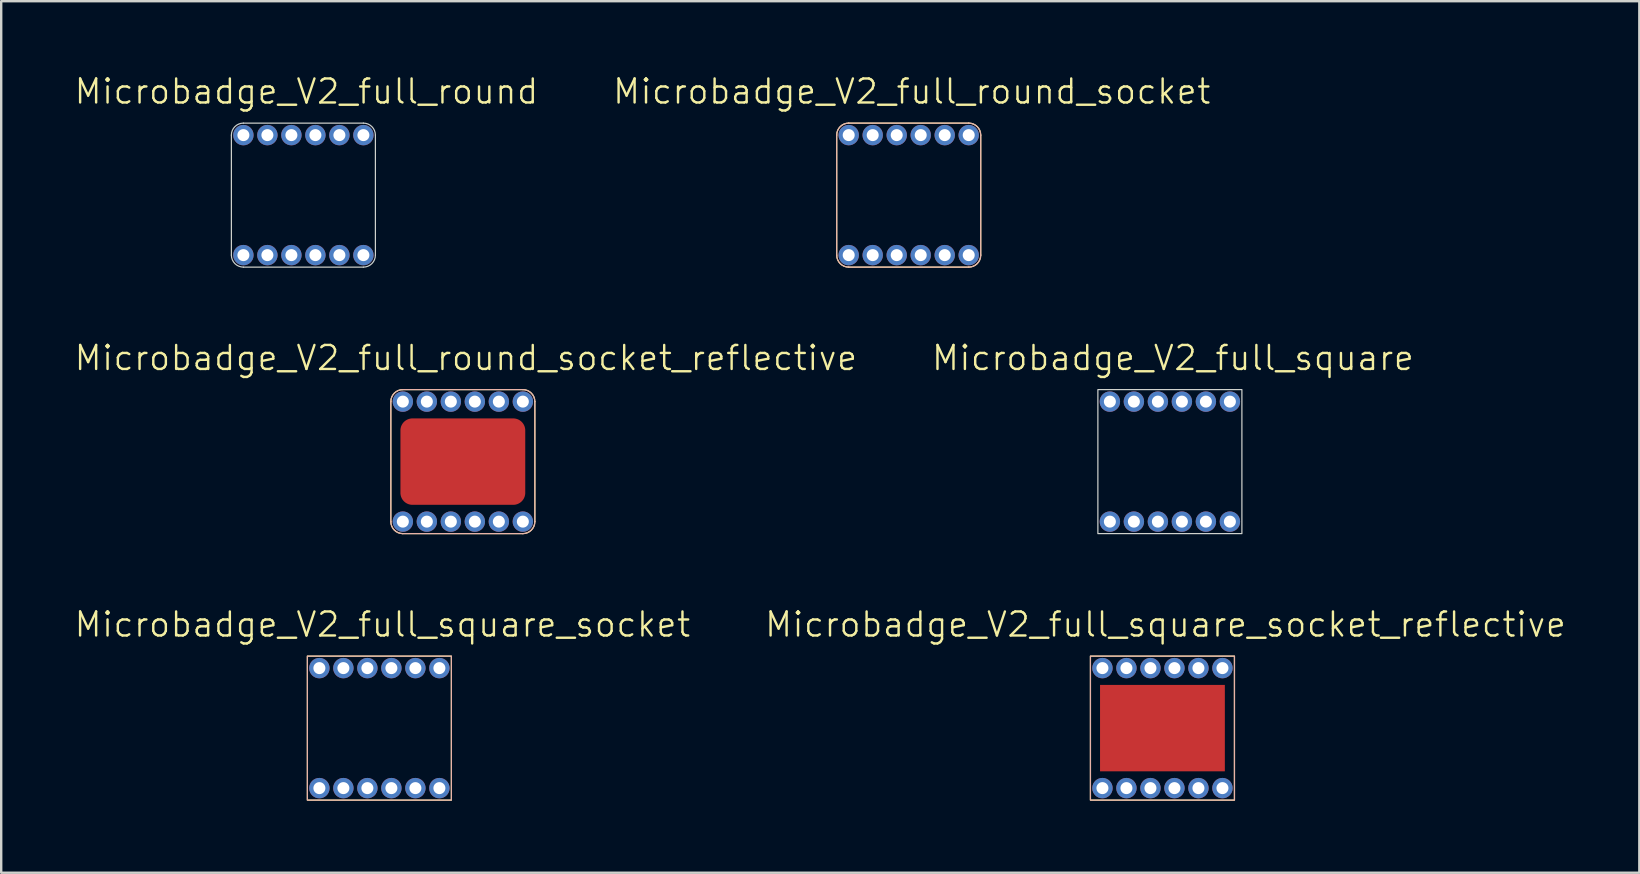
<source format=kicad_pcb>
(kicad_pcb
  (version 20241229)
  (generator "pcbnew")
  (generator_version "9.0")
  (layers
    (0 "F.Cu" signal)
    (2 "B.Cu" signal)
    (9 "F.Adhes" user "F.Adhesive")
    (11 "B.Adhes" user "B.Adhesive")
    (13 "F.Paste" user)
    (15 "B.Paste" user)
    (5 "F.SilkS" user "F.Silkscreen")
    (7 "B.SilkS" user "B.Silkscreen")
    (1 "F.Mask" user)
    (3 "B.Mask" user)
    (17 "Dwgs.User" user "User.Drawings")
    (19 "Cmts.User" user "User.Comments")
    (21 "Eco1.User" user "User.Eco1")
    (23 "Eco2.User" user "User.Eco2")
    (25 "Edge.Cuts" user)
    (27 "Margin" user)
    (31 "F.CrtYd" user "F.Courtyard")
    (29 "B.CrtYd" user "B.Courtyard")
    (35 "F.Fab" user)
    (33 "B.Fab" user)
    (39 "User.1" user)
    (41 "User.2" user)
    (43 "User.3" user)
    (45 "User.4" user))
  (footprint "Microbadge_V2_full_round"
    (layer "F.Cu")
    (at 9.59 5.079)
    (property "Reference" "Microbadge_V2_full_round" (at 0.127 -4.318 0) (unlocked yes) (layer "F.SilkS") (effects (font (size 1 1) (thickness 0.1))))
    (attr smd)
    (fp_line (start -3 2.5) (end -3 -2.5) (stroke (width 0.05) (type default)) (layer "Edge.Cuts"))
    (fp_line (start -2.5 -3) (end 2.5 -3) (stroke (width 0.05) (type default)) (layer "Edge.Cuts"))
    (fp_line (start 2.5 3) (end -2.5 3) (stroke (width 0.05) (type default)) (layer "Edge.Cuts"))
    (fp_line (start 3 -2.5) (end 3 2.5) (stroke (width 0.05) (type default)) (layer "Edge.Cuts"))
    (fp_arc (start -3 -2.5) (mid -2.853553 -2.853553) (end -2.5 -3) (stroke (width 0.05) (type default)) (layer "Edge.Cuts"))
    (fp_arc (start -2.5 3) (mid -2.853553 2.853553) (end -3 2.5) (stroke (width 0.05) (type default)) (layer "Edge.Cuts"))
    (fp_arc (start 2.5 -3) (mid 2.853553 -2.853553) (end 3 -2.5) (stroke (width 0.05) (type default)) (layer "Edge.Cuts"))
    (fp_arc (start 3 2.5) (mid 2.853553 2.853553) (end 2.5 3) (stroke (width 0.05) (type default)) (layer "Edge.Cuts"))
    (fp_line (start -3 2.5) (end -3 -2.5) (stroke (width 0.025) (type default)) (layer "Margin"))
    (fp_line (start -2.5 -3) (end 2.5 -3) (stroke (width 0.025) (type default)) (layer "Margin"))
    (fp_line (start 2.5 3) (end -2.5 3) (stroke (width 0.025) (type default)) (layer "Margin"))
    (fp_line (start 3 -2.5) (end 3 2.5) (stroke (width 0.025) (type default)) (layer "Margin"))
    (fp_arc (start -3 -2.5) (mid -2.853553 -2.853553) (end -2.5 -3) (stroke (width 0.025) (type default)) (layer "Margin"))
    (fp_arc (start -2.5 3) (mid -2.853553 2.853553) (end -3 2.5) (stroke (width 0.025) (type default)) (layer "Margin"))
    (fp_arc (start 2.5 -3) (mid 2.853553 -2.853553) (end 3 -2.5) (stroke (width 0.025) (type default)) (layer "Margin"))
    (fp_arc (start 3 2.5) (mid 2.853553 2.853553) (end 2.5 3) (stroke (width 0.025) (type default)) (layer "Margin"))
    (pad "1" thru_hole circle (at -2.5 -2.5 90) (size 0.85 0.85) (drill 0.5) (layers "*.Cu" "*.Mask"))
    (pad "2" thru_hole circle (at -1.5 -2.5 90) (size 0.85 0.85) (drill 0.5) (layers "*.Cu" "*.Mask"))
    (pad "3" thru_hole circle (at -0.5 -2.5 90) (size 0.85 0.85) (drill 0.5) (layers "*.Cu" "*.Mask"))
    (pad "4" thru_hole circle (at 0.5 -2.5 90) (size 0.85 0.85) (drill 0.5) (layers "*.Cu" "*.Mask"))
    (pad "5" thru_hole circle (at 1.5 -2.5 90) (size 0.85 0.85) (drill 0.5) (layers "*.Cu" "*.Mask"))
    (pad "6" thru_hole circle (at 2.5 -2.5 90) (size 0.85 0.85) (drill 0.5) (layers "*.Cu" "*.Mask"))
    (pad "7" thru_hole circle (at -2.5 2.5 90) (size 0.85 0.85) (drill 0.5) (layers "*.Cu" "*.Mask"))
    (pad "8" thru_hole circle (at -1.5 2.5 90) (size 0.85 0.85) (drill 0.5) (layers "*.Cu" "*.Mask"))
    (pad "9" thru_hole circle (at -0.5 2.5 90) (size 0.85 0.85) (drill 0.5) (layers "*.Cu" "*.Mask"))
    (pad "10" thru_hole circle (at 0.5 2.5 90) (size 0.85 0.85) (drill 0.5) (layers "*.Cu" "*.Mask"))
    (pad "11" thru_hole circle (at 1.5 2.5 90) (size 0.85 0.85) (drill 0.5) (layers "*.Cu" "*.Mask"))
    (pad "12" thru_hole circle (at 2.5 2.5 90) (size 0.85 0.85) (drill 0.5) (layers "*.Cu" "*.Mask")))
  (footprint "Microbadge_V2_full_square_socket"
    (layer "F.Cu")
    (at 12.756 27.285)
    (property "Reference" "Microbadge_V2_full_square_socket" (at 0.127 -4.318 0) (unlocked yes) (layer "F.SilkS") (effects (font (size 1 1) (thickness 0.1))))
    (attr smd)
    (fp_rect (start -3 -3) (end 3 3) (stroke (width 0.05) (type default)) (fill no) (layer "F.SilkS"))
    (fp_rect (start -3 -3) (end 3 3) (stroke (width 0.05) (type default)) (fill no) (layer "B.SilkS"))
    (pad "1" thru_hole circle (at -2.5 -2.5 90) (size 0.85 0.85) (drill 0.5) (layers "*.Cu" "*.Mask"))
    (pad "2" thru_hole circle (at -1.5 -2.5 90) (size 0.85 0.85) (drill 0.5) (layers "*.Cu" "*.Mask"))
    (pad "3" thru_hole circle (at -0.5 -2.5 90) (size 0.85 0.85) (drill 0.5) (layers "*.Cu" "*.Mask"))
    (pad "4" thru_hole circle (at 0.5 -2.5 90) (size 0.85 0.85) (drill 0.5) (layers "*.Cu" "*.Mask"))
    (pad "5" thru_hole circle (at 1.5 -2.5 90) (size 0.85 0.85) (drill 0.5) (layers "*.Cu" "*.Mask"))
    (pad "6" thru_hole circle (at 2.5 -2.5 90) (size 0.85 0.85) (drill 0.5) (layers "*.Cu" "*.Mask"))
    (pad "7" thru_hole circle (at -2.5 2.5 90) (size 0.85 0.85) (drill 0.5) (layers "*.Cu" "*.Mask"))
    (pad "8" thru_hole circle (at -1.5 2.5 90) (size 0.85 0.85) (drill 0.5) (layers "*.Cu" "*.Mask"))
    (pad "9" thru_hole circle (at -0.5 2.5 90) (size 0.85 0.85) (drill 0.5) (layers "*.Cu" "*.Mask"))
    (pad "10" thru_hole circle (at 0.5 2.5 90) (size 0.85 0.85) (drill 0.5) (layers "*.Cu" "*.Mask"))
    (pad "11" thru_hole circle (at 1.5 2.5 90) (size 0.85 0.85) (drill 0.5) (layers "*.Cu" "*.Mask"))
    (pad "12" thru_hole circle (at 2.5 2.5 90) (size 0.85 0.85) (drill 0.5) (layers "*.Cu" "*.Mask")))
  (footprint "Microbadge_V2_full_round_socket_reflective"
    (layer "F.Cu")
    (at 16.233 16.182)
    (property "Reference" "Microbadge_V2_full_round_socket_reflective" (at 0.127 -4.318 0) (unlocked yes) (layer "F.SilkS") (effects (font (size 1 1) (thickness 0.1))))
    (attr smd)
    (fp_poly (pts (arc (start -2.6 1.3) (mid -2.453553 1.653553) (end -2.1 1.8)) (arc (start 2.1 1.8) (mid 2.453553 1.653553) (end 2.6 1.3)) (arc (start 2.6 -1.3) (mid 2.453553 -1.653553) (end 2.1 -1.8)) (arc (start -2.1 -1.8) (mid -2.453553 -1.653553) (end -2.6 -1.3))) (stroke (width 0) (type solid)) (fill yes) (layer "F.Cu"))
    (fp_poly (pts (arc (start -2.6 1.3) (mid -2.453553 1.653553) (end -2.1 1.8)) (arc (start 2.1 1.8) (mid 2.453553 1.653553) (end 2.6 1.3)) (arc (start 2.6 -1.3) (mid 2.453553 -1.653553) (end 2.1 -1.8)) (arc (start -2.1 -1.8) (mid -2.453553 -1.653553) (end -2.6 -1.3))) (stroke (width 0) (type solid)) (fill yes) (layer "F.Mask"))
    (fp_line (start -3 2.5) (end -3 -2.5) (stroke (width 0.05) (type default)) (layer "F.SilkS"))
    (fp_line (start -2.5 -3) (end 2.5 -3) (stroke (width 0.05) (type default)) (layer "F.SilkS"))
    (fp_line (start 2.5 3) (end -2.5 3) (stroke (width 0.05) (type default)) (layer "F.SilkS"))
    (fp_line (start 3 -2.5) (end 3 2.5) (stroke (width 0.05) (type default)) (layer "F.SilkS"))
    (fp_arc (start -3 -2.5) (mid -2.853553 -2.853553) (end -2.5 -3) (stroke (width 0.05) (type default)) (layer "F.SilkS"))
    (fp_arc (start -2.5 3) (mid -2.853553 2.853553) (end -3 2.5) (stroke (width 0.05) (type default)) (layer "F.SilkS"))
    (fp_arc (start 2.5 -3) (mid 2.853553 -2.853553) (end 3 -2.5) (stroke (width 0.05) (type default)) (layer "F.SilkS"))
    (fp_arc (start 3 2.5) (mid 2.853553 2.853553) (end 2.5 3) (stroke (width 0.05) (type default)) (layer "F.SilkS"))
    (fp_line (start -3 2.5) (end -3 -2.5) (stroke (width 0.05) (type default)) (layer "B.SilkS"))
    (fp_line (start -2.5 -3) (end 2.5 -3) (stroke (width 0.05) (type default)) (layer "B.SilkS"))
    (fp_line (start 2.5 3) (end -2.5 3) (stroke (width 0.05) (type default)) (layer "B.SilkS"))
    (fp_line (start 3 -2.5) (end 3 2.5) (stroke (width 0.05) (type default)) (layer "B.SilkS"))
    (fp_arc (start -3 -2.5) (mid -2.853553 -2.853553) (end -2.5 -3) (stroke (width 0.05) (type default)) (layer "B.SilkS"))
    (fp_arc (start -2.5 3) (mid -2.853553 2.853553) (end -3 2.5) (stroke (width 0.05) (type default)) (layer "B.SilkS"))
    (fp_arc (start 2.5 -3) (mid 2.853553 -2.853553) (end 3 -2.5) (stroke (width 0.05) (type default)) (layer "B.SilkS"))
    (fp_arc (start 3 2.5) (mid 2.853553 2.853553) (end 2.5 3) (stroke (width 0.05) (type default)) (layer "B.SilkS"))
    (pad "1" thru_hole circle (at -2.5 -2.5 90) (size 0.85 0.85) (drill 0.5) (layers "*.Cu" "*.Mask"))
    (pad "2" thru_hole circle (at -1.5 -2.5 90) (size 0.85 0.85) (drill 0.5) (layers "*.Cu" "*.Mask"))
    (pad "3" thru_hole circle (at -0.5 -2.5 90) (size 0.85 0.85) (drill 0.5) (layers "*.Cu" "*.Mask"))
    (pad "4" thru_hole circle (at 0.5 -2.5 90) (size 0.85 0.85) (drill 0.5) (layers "*.Cu" "*.Mask"))
    (pad "5" thru_hole circle (at 1.5 -2.5 90) (size 0.85 0.85) (drill 0.5) (layers "*.Cu" "*.Mask"))
    (pad "6" thru_hole circle (at 2.5 -2.5 90) (size 0.85 0.85) (drill 0.5) (layers "*.Cu" "*.Mask"))
    (pad "7" thru_hole circle (at -2.5 2.5 90) (size 0.85 0.85) (drill 0.5) (layers "*.Cu" "*.Mask"))
    (pad "8" thru_hole circle (at -1.5 2.5 90) (size 0.85 0.85) (drill 0.5) (layers "*.Cu" "*.Mask"))
    (pad "9" thru_hole circle (at -0.5 2.5 90) (size 0.85 0.85) (drill 0.5) (layers "*.Cu" "*.Mask"))
    (pad "10" thru_hole circle (at 0.5 2.5 90) (size 0.85 0.85) (drill 0.5) (layers "*.Cu" "*.Mask"))
    (pad "11" thru_hole circle (at 1.5 2.5 90) (size 0.85 0.85) (drill 0.5) (layers "*.Cu" "*.Mask"))
    (pad "12" thru_hole circle (at 2.5 2.5 90) (size 0.85 0.85) (drill 0.5) (layers "*.Cu" "*.Mask")))
  (footprint "Microbadge_V2_full_square"
    (layer "F.Cu")
    (at 45.69 16.182)
    (property "Reference" "Microbadge_V2_full_square" (at 0.127 -4.318 0) (unlocked yes) (layer "F.SilkS") (effects (font (size 1 1) (thickness 0.1))))
    (attr smd)
    (fp_rect (start -3 -3) (end 3 3) (stroke (width 0.05) (type default)) (fill no) (layer "Edge.Cuts"))
    (fp_rect (start -3 -3) (end 3 3) (stroke (width 0.025) (type default)) (fill no) (layer "Margin"))
    (pad "1" thru_hole circle (at -2.5 -2.5 90) (size 0.85 0.85) (drill 0.5) (layers "*.Cu" "*.Mask"))
    (pad "2" thru_hole circle (at -1.5 -2.5 90) (size 0.85 0.85) (drill 0.5) (layers "*.Cu" "*.Mask"))
    (pad "3" thru_hole circle (at -0.5 -2.5 90) (size 0.85 0.85) (drill 0.5) (layers "*.Cu" "*.Mask"))
    (pad "4" thru_hole circle (at 0.5 -2.5 90) (size 0.85 0.85) (drill 0.5) (layers "*.Cu" "*.Mask"))
    (pad "5" thru_hole circle (at 1.5 -2.5 90) (size 0.85 0.85) (drill 0.5) (layers "*.Cu" "*.Mask"))
    (pad "6" thru_hole circle (at 2.5 -2.5 90) (size 0.85 0.85) (drill 0.5) (layers "*.Cu" "*.Mask"))
    (pad "7" thru_hole circle (at -2.5 2.5 90) (size 0.85 0.85) (drill 0.5) (layers "*.Cu" "*.Mask"))
    (pad "8" thru_hole circle (at -1.5 2.5 90) (size 0.85 0.85) (drill 0.5) (layers "*.Cu" "*.Mask"))
    (pad "9" thru_hole circle (at -0.5 2.5 90) (size 0.85 0.85) (drill 0.5) (layers "*.Cu" "*.Mask"))
    (pad "10" thru_hole circle (at 0.5 2.5 90) (size 0.85 0.85) (drill 0.5) (layers "*.Cu" "*.Mask"))
    (pad "11" thru_hole circle (at 1.5 2.5 90) (size 0.85 0.85) (drill 0.5) (layers "*.Cu" "*.Mask"))
    (pad "12" thru_hole circle (at 2.5 2.5 90) (size 0.85 0.85) (drill 0.5) (layers "*.Cu" "*.Mask")))
  (footprint "Microbadge_V2_full_square_socket_reflective"
    (layer "F.Cu")
    (at 45.38 27.285)
    (property "Reference" "Microbadge_V2_full_square_socket_reflective" (at 0.127 -4.318 0) (unlocked yes) (layer "F.SilkS") (effects (font (size 1 1) (thickness 0.1))))
    (attr smd)
    (fp_rect (start -2.6 -1.8) (end 2.6 1.8) (stroke (width 0) (type default)) (fill yes) (layer "F.Cu"))
    (fp_rect (start -2.6 -1.8) (end 2.6 1.8) (stroke (width 0) (type default)) (fill yes) (layer "F.Mask"))
    (fp_rect (start -3 -3) (end 3 3) (stroke (width 0.05) (type default)) (fill no) (layer "F.SilkS"))
    (fp_rect (start -3 -3) (end 3 3) (stroke (width 0.05) (type default)) (fill no) (layer "B.SilkS"))
    (pad "1" thru_hole circle (at -2.5 -2.5 90) (size 0.85 0.85) (drill 0.5) (layers "*.Cu" "*.Mask"))
    (pad "2" thru_hole circle (at -1.5 -2.5 90) (size 0.85 0.85) (drill 0.5) (layers "*.Cu" "*.Mask"))
    (pad "3" thru_hole circle (at -0.5 -2.5 90) (size 0.85 0.85) (drill 0.5) (layers "*.Cu" "*.Mask"))
    (pad "4" thru_hole circle (at 0.5 -2.5 90) (size 0.85 0.85) (drill 0.5) (layers "*.Cu" "*.Mask"))
    (pad "5" thru_hole circle (at 1.5 -2.5 90) (size 0.85 0.85) (drill 0.5) (layers "*.Cu" "*.Mask"))
    (pad "6" thru_hole circle (at 2.5 -2.5 90) (size 0.85 0.85) (drill 0.5) (layers "*.Cu" "*.Mask"))
    (pad "7" thru_hole circle (at -2.5 2.5 90) (size 0.85 0.85) (drill 0.5) (layers "*.Cu" "*.Mask"))
    (pad "8" thru_hole circle (at -1.5 2.5 90) (size 0.85 0.85) (drill 0.5) (layers "*.Cu" "*.Mask"))
    (pad "9" thru_hole circle (at -0.5 2.5 90) (size 0.85 0.85) (drill 0.5) (layers "*.Cu" "*.Mask"))
    (pad "10" thru_hole circle (at 0.5 2.5 90) (size 0.85 0.85) (drill 0.5) (layers "*.Cu" "*.Mask"))
    (pad "11" thru_hole circle (at 1.5 2.5 90) (size 0.85 0.85) (drill 0.5) (layers "*.Cu" "*.Mask"))
    (pad "12" thru_hole circle (at 2.5 2.5 90) (size 0.85 0.85) (drill 0.5) (layers "*.Cu" "*.Mask")))
  (footprint "Microbadge_V2_full_round_socket"
    (layer "F.Cu")
    (at 34.809 5.079)
    (property "Reference" "Microbadge_V2_full_round_socket" (at 0.127 -4.318 0) (unlocked yes) (layer "F.SilkS") (effects (font (size 1 1) (thickness 0.1))))
    (attr smd)
    (fp_line (start -3 2.5) (end -3 -2.5) (stroke (width 0.05) (type default)) (layer "F.SilkS"))
    (fp_line (start -2.5 -3) (end 2.5 -3) (stroke (width 0.05) (type default)) (layer "F.SilkS"))
    (fp_line (start 2.5 3) (end -2.5 3) (stroke (width 0.05) (type default)) (layer "F.SilkS"))
    (fp_line (start 3 -2.5) (end 3 2.5) (stroke (width 0.05) (type default)) (layer "F.SilkS"))
    (fp_arc (start -3 -2.5) (mid -2.853553 -2.853553) (end -2.5 -3) (stroke (width 0.05) (type default)) (layer "F.SilkS"))
    (fp_arc (start -2.5 3) (mid -2.853553 2.853553) (end -3 2.5) (stroke (width 0.05) (type default)) (layer "F.SilkS"))
    (fp_arc (start 2.5 -3) (mid 2.853553 -2.853553) (end 3 -2.5) (stroke (width 0.05) (type default)) (layer "F.SilkS"))
    (fp_arc (start 3 2.5) (mid 2.853553 2.853553) (end 2.5 3) (stroke (width 0.05) (type default)) (layer "F.SilkS"))
    (fp_line (start -3 2.5) (end -3 -2.5) (stroke (width 0.05) (type default)) (layer "B.SilkS"))
    (fp_line (start -2.5 -3) (end 2.5 -3) (stroke (width 0.05) (type default)) (layer "B.SilkS"))
    (fp_line (start 2.5 3) (end -2.5 3) (stroke (width 0.05) (type default)) (layer "B.SilkS"))
    (fp_line (start 3 -2.5) (end 3 2.5) (stroke (width 0.05) (type default)) (layer "B.SilkS"))
    (fp_arc (start -3 -2.5) (mid -2.853553 -2.853553) (end -2.5 -3) (stroke (width 0.05) (type default)) (layer "B.SilkS"))
    (fp_arc (start -2.5 3) (mid -2.853553 2.853553) (end -3 2.5) (stroke (width 0.05) (type default)) (layer "B.SilkS"))
    (fp_arc (start 2.5 -3) (mid 2.853553 -2.853553) (end 3 -2.5) (stroke (width 0.05) (type default)) (layer "B.SilkS"))
    (fp_arc (start 3 2.5) (mid 2.853553 2.853553) (end 2.5 3) (stroke (width 0.05) (type default)) (layer "B.SilkS"))
    (pad "1" thru_hole circle (at -2.5 -2.5 90) (size 0.85 0.85) (drill 0.5) (layers "*.Cu" "*.Mask"))
    (pad "2" thru_hole circle (at -1.5 -2.5 90) (size 0.85 0.85) (drill 0.5) (layers "*.Cu" "*.Mask"))
    (pad "3" thru_hole circle (at -0.5 -2.5 90) (size 0.85 0.85) (drill 0.5) (layers "*.Cu" "*.Mask"))
    (pad "4" thru_hole circle (at 0.5 -2.5 90) (size 0.85 0.85) (drill 0.5) (layers "*.Cu" "*.Mask"))
    (pad "5" thru_hole circle (at 1.5 -2.5 90) (size 0.85 0.85) (drill 0.5) (layers "*.Cu" "*.Mask"))
    (pad "6" thru_hole circle (at 2.5 -2.5 90) (size 0.85 0.85) (drill 0.5) (layers "*.Cu" "*.Mask"))
    (pad "7" thru_hole circle (at -2.5 2.5 90) (size 0.85 0.85) (drill 0.5) (layers "*.Cu" "*.Mask"))
    (pad "8" thru_hole circle (at -1.5 2.5 90) (size 0.85 0.85) (drill 0.5) (layers "*.Cu" "*.Mask"))
    (pad "9" thru_hole circle (at -0.5 2.5 90) (size 0.85 0.85) (drill 0.5) (layers "*.Cu" "*.Mask"))
    (pad "10" thru_hole circle (at 0.5 2.5 90) (size 0.85 0.85) (drill 0.5) (layers "*.Cu" "*.Mask"))
    (pad "11" thru_hole circle (at 1.5 2.5 90) (size 0.85 0.85) (drill 0.5) (layers "*.Cu" "*.Mask"))
    (pad "12" thru_hole circle (at 2.5 2.5 90) (size 0.85 0.85) (drill 0.5) (layers "*.Cu" "*.Mask")))
  (gr_rect
    (start -3 -3)
    (end 65.248 33.31)
    (stroke (width 0.1) (type default))
    (fill no)
    (layer "Edge.Cuts")))
</source>
